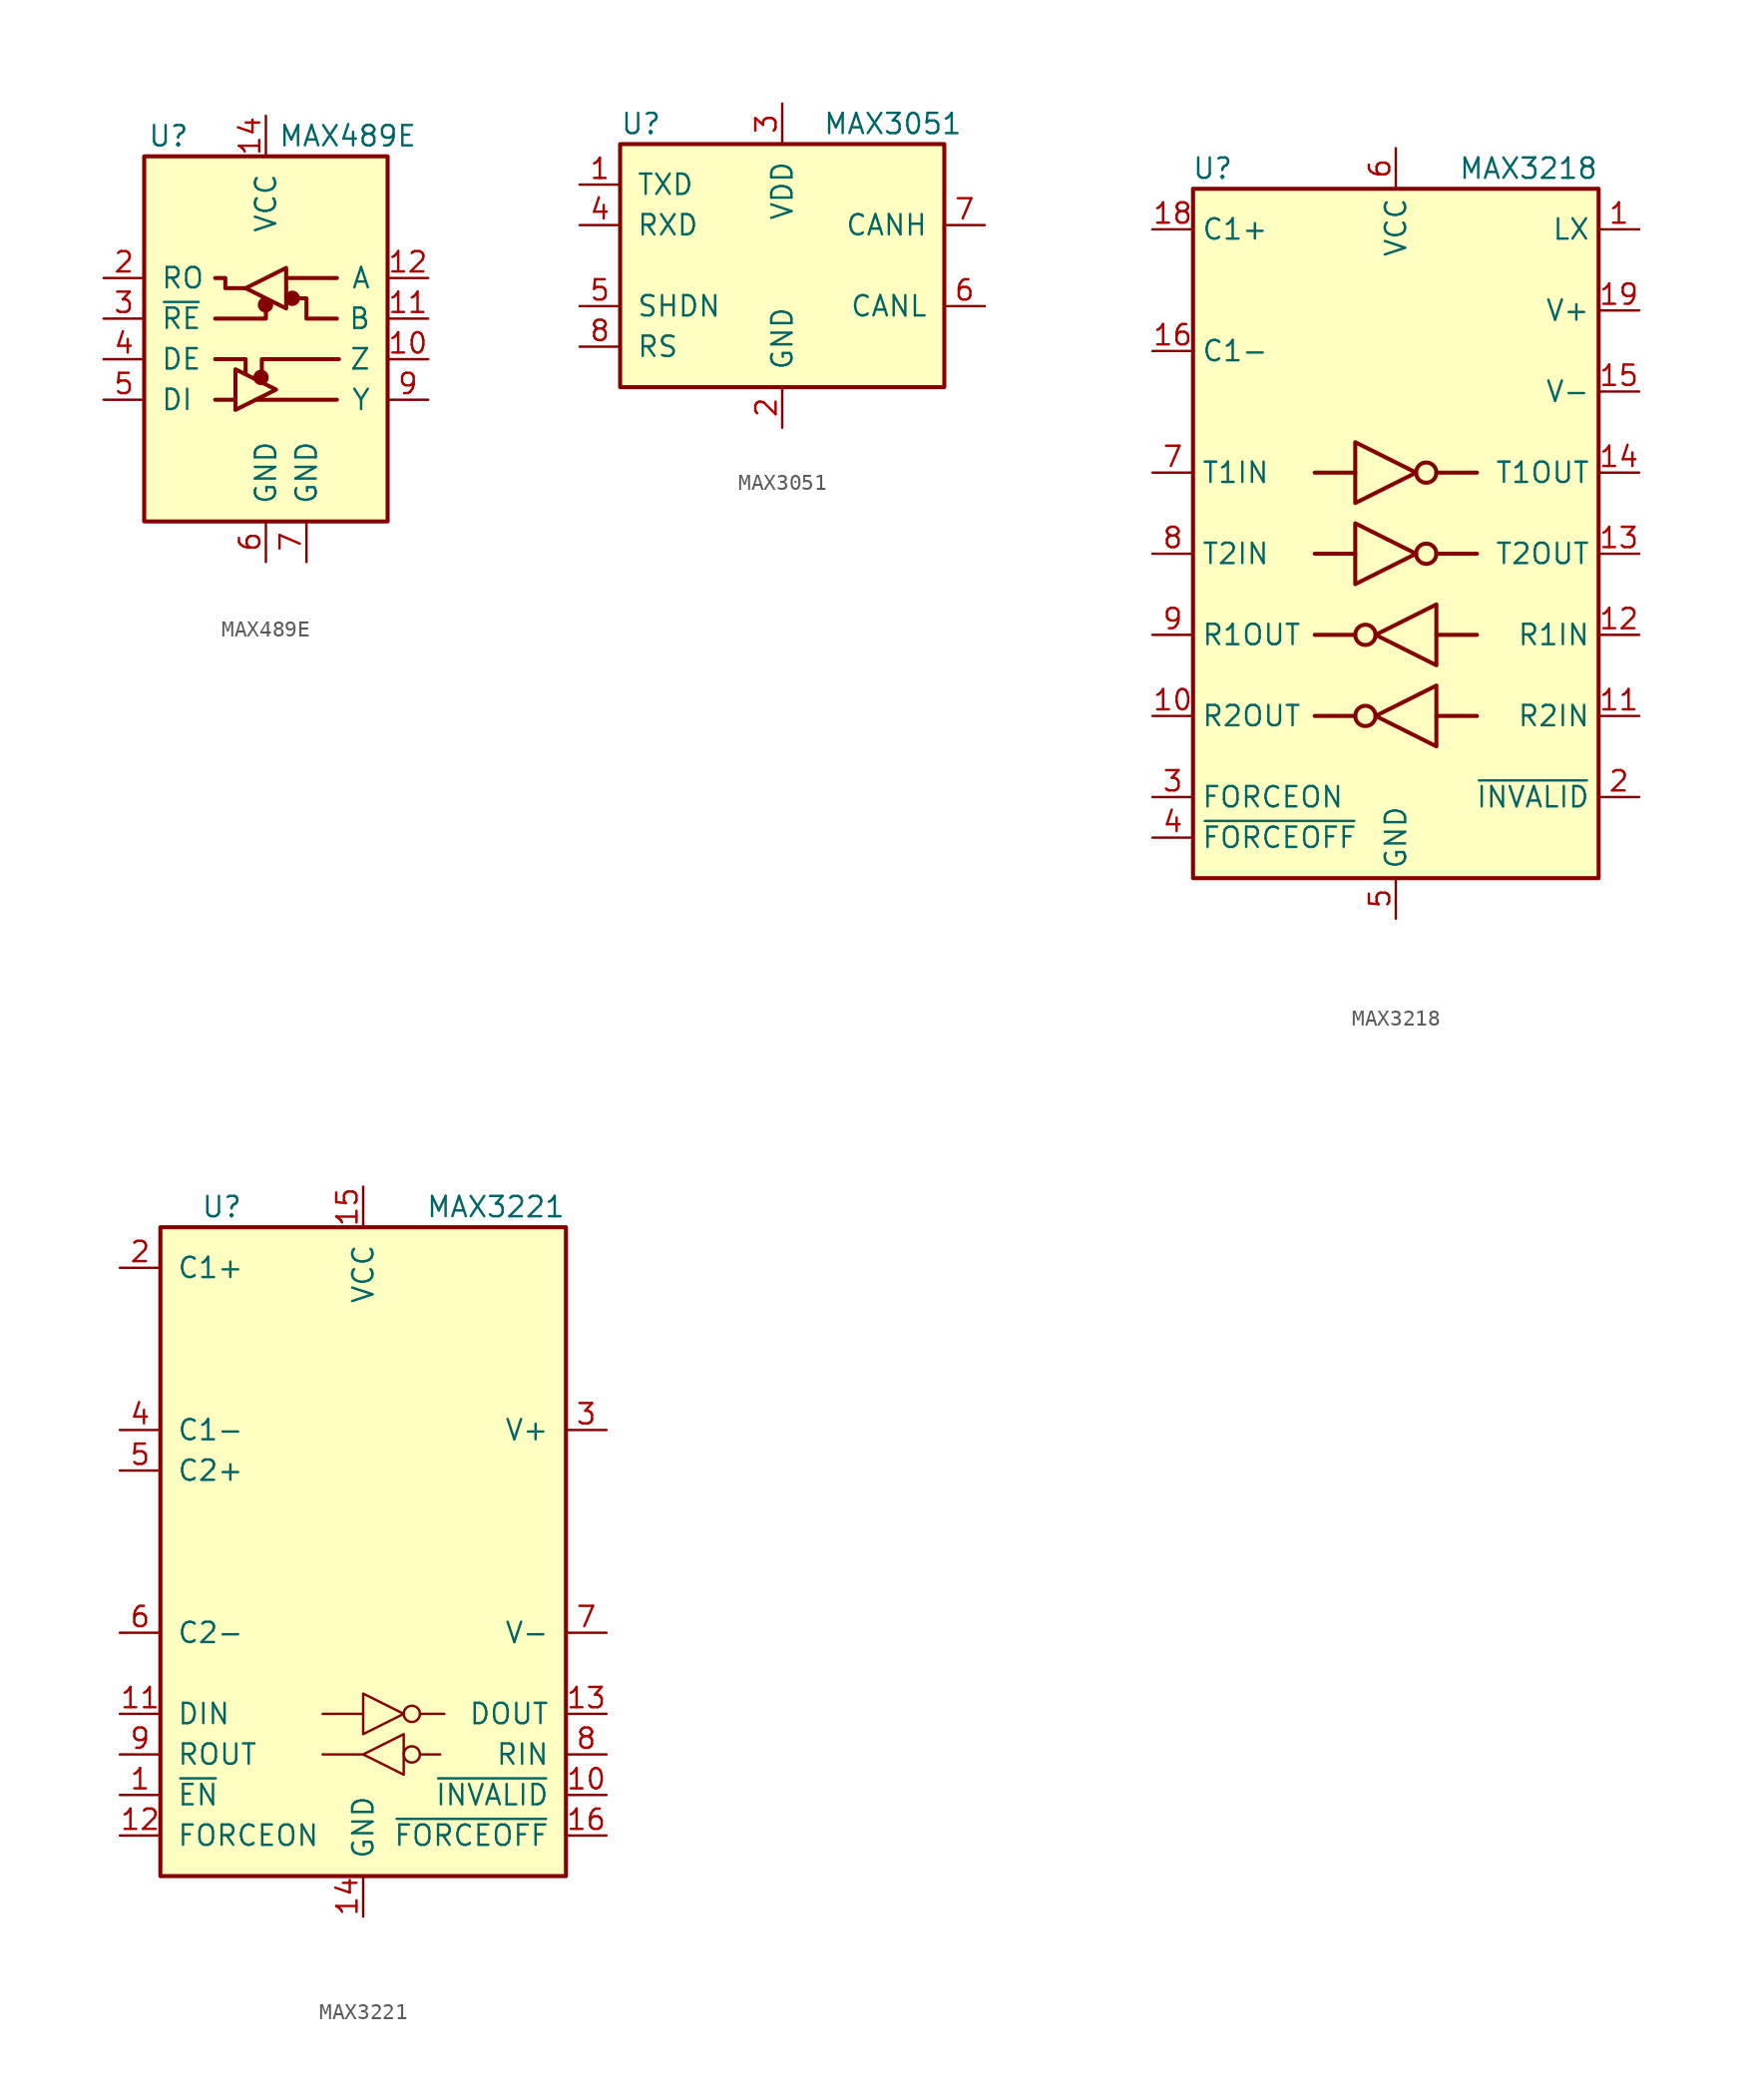
<source format=kicad_sym>
(kicad_symbol_lib
  (version 20200908)
  (generator kicad_symbol_editor)
  (symbol "Interface_UART:MAX489E"
    (pin_names
      (offset 1.016))
    (property "Reference" "U"
      (at -6.096 11.43 0)
      (effects (font (size 1.27 1.27))))
    (property "Value" "MAX489E"
      (at 0.762 11.43 0)
      (effects (font (size 1.27 1.27)) (justify left)))
    (symbol "MAX489E_0_1"
      (circle (center -0.305 -3.683) (radius 0.356) (stroke (width 0.254)) (fill (type outline)))
      (circle (center -0.025 0.864) (radius 0.356) (stroke (width 0.254)) (fill (type outline)))
      (circle (center 1.651 1.27) (radius 0.356) (stroke (width 0.254)) (fill (type outline)))
      (rectangle (start -7.62 10.16) (end 7.62 -12.7) (stroke (width 0.254)) (fill (type background)))
      (polyline (pts (xy -3.175 -5.08) (xy -1.905 -5.08)) (stroke (width 0.254)) (fill (type none)))
      (polyline (pts (xy -1.27 -3.2) (xy -1.27 -3.454)) (stroke (width 0.254)) (fill (type none)))
      (polyline (pts (xy -0.635 -5.08) (xy 4.445 -5.08)) (stroke (width 0.254)) (fill (type none)))
      (polyline (pts (xy 1.27 2.54) (xy 4.445 2.54)) (stroke (width 0.254)) (fill (type none)))
      (polyline (pts (xy -3.175 -2.54) (xy -1.27 -2.54) (xy -1.27 -3.175)) (stroke (width 0.254)) (fill (type none)))
      (polyline (pts (xy -0.254 -3.556) (xy -0.254 -2.54) (xy 4.572 -2.54)) (stroke (width 0.254)) (fill (type none)))
      (polyline (pts (xy 0 0.635) (xy 0 0) (xy -3.175 0)) (stroke (width 0.254)) (fill (type none)))
      (polyline (pts (xy -1.905 -3.175) (xy -1.905 -5.715) (xy 0.635 -4.445) (xy -1.905 -3.175)) (stroke (width 0.254)) (fill (type none)))
      (polyline (pts (xy -1.27 1.905) (xy -2.54 1.905) (xy -2.54 2.54) (xy -3.175 2.54)) (stroke (width 0.254)) (fill (type none)))
      (polyline (pts (xy -1.27 1.905) (xy 1.27 3.175) (xy 1.27 0.635) (xy -1.27 1.905)) (stroke (width 0.254)) (fill (type none)))
      (polyline (pts (xy 1.905 1.27) (xy 2.54 1.27) (xy 2.54 0) (xy 4.445 0)) (stroke (width 0.254)) (fill (type none))))
    (symbol "MAX489E_1_1"
      (pin unconnected line (at -7.62 7.62 0) (length 2.54) hide (name "NC" (effects (font (size 1.27 1.27)))) (number "1" (effects (font (size 1.27 1.27)))))
      (pin output line (at 10.16 -2.54 180) (length 2.54) (name "Z" (effects (font (size 1.27 1.27)))) (number "10" (effects (font (size 1.27 1.27)))))
      (pin input line (at 10.16 0 180) (length 2.54) (name "B" (effects (font (size 1.27 1.27)))) (number "11" (effects (font (size 1.27 1.27)))))
      (pin input line (at 10.16 2.54 180) (length 2.54) (name "A" (effects (font (size 1.27 1.27)))) (number "12" (effects (font (size 1.27 1.27)))))
      (pin unconnected line (at 7.62 7.62 180) (length 2.54) hide (name "NC" (effects (font (size 1.27 1.27)))) (number "13" (effects (font (size 1.27 1.27)))))
      (pin power_in line (at 0 12.7 270) (length 2.54) (name "VCC" (effects (font (size 1.27 1.27)))) (number "14" (effects (font (size 1.27 1.27)))))
      (pin output line (at -10.16 2.54 0) (length 2.54) (name "RO" (effects (font (size 1.27 1.27)))) (number "2" (effects (font (size 1.27 1.27)))))
      (pin input line (at -10.16 0 0) (length 2.54) (name "~RE" (effects (font (size 1.27 1.27)))) (number "3" (effects (font (size 1.27 1.27)))))
      (pin input line (at -10.16 -2.54 0) (length 2.54) (name "DE" (effects (font (size 1.27 1.27)))) (number "4" (effects (font (size 1.27 1.27)))))
      (pin input line (at -10.16 -5.08 0) (length 2.54) (name "DI" (effects (font (size 1.27 1.27)))) (number "5" (effects (font (size 1.27 1.27)))))
      (pin power_in line (at 0 -15.24 90) (length 2.54) (name "GND" (effects (font (size 1.27 1.27)))) (number "6" (effects (font (size 1.27 1.27)))))
      (pin power_in line (at 2.54 -15.24 90) (length 2.54) (name "GND" (effects (font (size 1.27 1.27)))) (number "7" (effects (font (size 1.27 1.27)))))
      (pin unconnected line (at 7.62 -10.16 180) (length 2.54) hide (name "NC" (effects (font (size 1.27 1.27)))) (number "8" (effects (font (size 1.27 1.27)))))
      (pin output line (at 10.16 -5.08 180) (length 2.54) (name "Y" (effects (font (size 1.27 1.27)))) (number "9" (effects (font (size 1.27 1.27)))))))
  (symbol "Interface_UART:MAX3051"
    (pin_names
      (offset 1.016))
    (property "Reference" "U"
      (at -10.16 8.89 0)
      (effects (font (size 1.27 1.27)) (justify left)))
    (property "Value" "MAX3051"
      (at 2.54 8.89 0)
      (effects (font (size 1.27 1.27)) (justify left)))
    (symbol "MAX3051_0_1"
      (rectangle (start -10.16 7.62) (end 10.16 -7.62) (stroke (width 0.254)) (fill (type background))))
    (symbol "MAX3051_1_1"
      (pin input line (at -12.7 5.08 0) (length 2.54) (name "TXD" (effects (font (size 1.27 1.27)))) (number "1" (effects (font (size 1.27 1.27)))))
      (pin power_in line (at 0 -10.16 90) (length 2.54) (name "GND" (effects (font (size 1.27 1.27)))) (number "2" (effects (font (size 1.27 1.27)))))
      (pin power_in line (at 0 10.16 270) (length 2.54) (name "VDD" (effects (font (size 1.27 1.27)))) (number "3" (effects (font (size 1.27 1.27)))))
      (pin output line (at -12.7 2.54 0) (length 2.54) (name "RXD" (effects (font (size 1.27 1.27)))) (number "4" (effects (font (size 1.27 1.27)))))
      (pin input line (at -12.7 -2.54 0) (length 2.54) (name "SHDN" (effects (font (size 1.27 1.27)))) (number "5" (effects (font (size 1.27 1.27)))))
      (pin bidirectional line (at 12.7 -2.54 180) (length 2.54) (name "CANL" (effects (font (size 1.27 1.27)))) (number "6" (effects (font (size 1.27 1.27)))))
      (pin bidirectional line (at 12.7 2.54 180) (length 2.54) (name "CANH" (effects (font (size 1.27 1.27)))) (number "7" (effects (font (size 1.27 1.27)))))
      (pin input line (at -12.7 -5.08 0) (length 2.54) (name "RS" (effects (font (size 1.27 1.27)))) (number "8" (effects (font (size 1.27 1.27)))))))
  (symbol "Interface_UART:MAX3218"
    (property "Reference" "U"
      (at -10.16 24.13 0)
      (effects (font (size 1.27 1.27)) (justify right)))
    (property "Value" "MAX3218"
      (at 12.7 24.13 0)
      (effects (font (size 1.27 1.27)) (justify right)))
    (symbol "MAX3218_0_1"
      (circle (center 1.905 0) (radius 0.635) (stroke (width 0.254)) (fill (type none)))
      (circle (center 1.905 5.08) (radius 0.635) (stroke (width 0.254)) (fill (type none)))
      (rectangle (start -12.7 -20.32) (end 12.7 22.86) (stroke (width 0.254)) (fill (type background)))
      (polyline (pts (xy -2.54 5.08) (xy -5.08 5.08)) (stroke (width 0.254)) (fill (type none)))
      (polyline (pts (xy 2.54 5.08) (xy 5.08 5.08)) (stroke (width 0.254)) (fill (type none)))
      (polyline (pts (xy -2.54 1.905) (xy -2.54 -1.905) (xy 1.27 0) (xy -2.54 1.905)) (stroke (width 0.254)) (fill (type none)))
      (polyline (pts (xy -2.54 6.985) (xy -2.54 3.175) (xy 1.27 5.08) (xy -2.54 6.985)) (stroke (width 0.254)) (fill (type none))))
    (symbol "MAX3218_1_1"
      (circle (center -1.905 -10.16) (radius 0.635) (stroke (width 0.254)) (fill (type none)))
      (circle (center -1.905 -5.08) (radius 0.635) (stroke (width 0.254)) (fill (type none)))
      (polyline (pts (xy -2.54 -10.16) (xy -5.08 -10.16)) (stroke (width 0.254)) (fill (type none)))
      (polyline (pts (xy -2.54 -5.08) (xy -5.08 -5.08)) (stroke (width 0.254)) (fill (type none)))
      (polyline (pts (xy -2.54 0) (xy -5.08 0)) (stroke (width 0.254)) (fill (type none)))
      (polyline (pts (xy 2.54 -10.16) (xy 5.08 -10.16)) (stroke (width 0.254)) (fill (type none)))
      (polyline (pts (xy 2.54 -5.08) (xy 5.08 -5.08)) (stroke (width 0.254)) (fill (type none)))
      (polyline (pts (xy 2.54 0) (xy 5.08 0)) (stroke (width 0.254)) (fill (type none)))
      (polyline (pts (xy 2.54 -12.065) (xy 2.54 -8.255) (xy -1.27 -10.16) (xy 2.54 -12.065)) (stroke (width 0.254)) (fill (type none)))
      (polyline (pts (xy 2.54 -6.985) (xy 2.54 -3.175) (xy -1.27 -5.08) (xy 2.54 -6.985)) (stroke (width 0.254)) (fill (type none)))
      (pin passive line (at 15.24 20.32 180) (length 2.54) (name "LX" (effects (font (size 1.27 1.27)))) (number "1" (effects (font (size 1.27 1.27)))))
      (pin output line (at -15.24 -10.16 0) (length 2.54) (name "R2OUT" (effects (font (size 1.27 1.27)))) (number "10" (effects (font (size 1.27 1.27)))))
      (pin input line (at 15.24 -10.16 180) (length 2.54) (name "R2IN" (effects (font (size 1.27 1.27)))) (number "11" (effects (font (size 1.27 1.27)))))
      (pin input line (at 15.24 -5.08 180) (length 2.54) (name "R1IN" (effects (font (size 1.27 1.27)))) (number "12" (effects (font (size 1.27 1.27)))))
      (pin output line (at 15.24 0 180) (length 2.54) (name "T2OUT" (effects (font (size 1.27 1.27)))) (number "13" (effects (font (size 1.27 1.27)))))
      (pin output line (at 15.24 5.08 180) (length 2.54) (name "T1OUT" (effects (font (size 1.27 1.27)))) (number "14" (effects (font (size 1.27 1.27)))))
      (pin power_out line (at 15.24 10.16 180) (length 2.54) (name "V-" (effects (font (size 1.27 1.27)))) (number "15" (effects (font (size 1.27 1.27)))))
      (pin passive line (at -15.24 12.7 0) (length 2.54) (name "C1-" (effects (font (size 1.27 1.27)))) (number "16" (effects (font (size 1.27 1.27)))))
      (pin passive line (at 0 -22.86 90) (length 2.54) hide (name "GND" (effects (font (size 1.27 1.27)))) (number "17" (effects (font (size 1.27 1.27)))))
      (pin passive line (at -15.24 20.32 0) (length 2.54) (name "C1+" (effects (font (size 1.27 1.27)))) (number "18" (effects (font (size 1.27 1.27)))))
      (pin power_out line (at 15.24 15.24 180) (length 2.54) (name "V+" (effects (font (size 1.27 1.27)))) (number "19" (effects (font (size 1.27 1.27)))))
      (pin output line (at 15.24 -15.24 180) (length 2.54) (name "~INVALID" (effects (font (size 1.27 1.27)))) (number "2" (effects (font (size 1.27 1.27)))))
      (pin passive line (at 0 -22.86 90) (length 2.54) hide (name "GND" (effects (font (size 1.27 1.27)))) (number "20" (effects (font (size 1.27 1.27)))))
      (pin input line (at -15.24 -15.24 0) (length 2.54) (name "FORCEON" (effects (font (size 1.27 1.27)))) (number "3" (effects (font (size 1.27 1.27)))))
      (pin input line (at -15.24 -17.78 0) (length 2.54) (name "~FORCEOFF" (effects (font (size 1.27 1.27)))) (number "4" (effects (font (size 1.27 1.27)))))
      (pin power_in line (at 0 -22.86 90) (length 2.54) (name "GND" (effects (font (size 1.27 1.27)))) (number "5" (effects (font (size 1.27 1.27)))))
      (pin power_in line (at 0 25.4 270) (length 2.54) (name "VCC" (effects (font (size 1.27 1.27)))) (number "6" (effects (font (size 1.27 1.27)))))
      (pin input line (at -15.24 5.08 0) (length 2.54) (name "T1IN" (effects (font (size 1.27 1.27)))) (number "7" (effects (font (size 1.27 1.27)))))
      (pin input line (at -15.24 0 0) (length 2.54) (name "T2IN" (effects (font (size 1.27 1.27)))) (number "8" (effects (font (size 1.27 1.27)))))
      (pin output line (at -15.24 -5.08 0) (length 2.54) (name "R1OUT" (effects (font (size 1.27 1.27)))) (number "9" (effects (font (size 1.27 1.27)))))))
  (symbol "Interface_UART:MAX3221"
    (pin_names
      (offset 1.016))
    (property "Reference" "U"
      (at -10.16 21.59 0)
      (effects (font (size 1.27 1.27)) (justify left)))
    (property "Value" "MAX3221"
      (at 12.7 21.59 0)
      (effects (font (size 1.27 1.27)) (justify right)))
    (symbol "MAX3221_0_1"
      (circle (center 3.048 -12.7) (radius 0.508) (stroke (width 0)) (fill (type none)))
      (circle (center 3.048 -10.16) (radius 0.508) (stroke (width 0)) (fill (type none)))
      (rectangle (start -12.7 -20.32) (end 12.7 20.32) (stroke (width 0.254)) (fill (type background)))
      (polyline (pts (xy -2.54 -12.7) (xy 0 -12.7) (xy 0 -12.7)) (stroke (width 0)) (fill (type none)))
      (polyline (pts (xy -2.54 -10.16) (xy 0 -10.16) (xy 0 -10.16)) (stroke (width 0)) (fill (type none)))
      (polyline (pts (xy 3.556 -12.7) (xy 4.826 -12.7) (xy 4.826 -12.7)) (stroke (width 0)) (fill (type none)))
      (polyline (pts (xy 3.556 -10.16) (xy 5.08 -10.16) (xy 5.08 -10.16)) (stroke (width 0)) (fill (type none)))
      (polyline (pts (xy 2.54 -11.43) (xy 2.54 -13.97) (xy 0 -12.7) (xy 2.54 -11.43) (xy 2.54 -11.43)) (stroke (width 0)) (fill (type none)))
      (polyline (pts (xy 0 -11.43) (xy 0 -8.89) (xy 2.54 -10.16) (xy 0 -11.43) (xy 0 -11.43) (xy 0 -11.43)) (stroke (width 0)) (fill (type none))))
    (symbol "MAX3221_1_1"
      (pin input line (at -15.24 -15.24 0) (length 2.54) (name "~EN" (effects (font (size 1.27 1.27)))) (number "1" (effects (font (size 1.27 1.27)))))
      (pin output line (at 15.24 -15.24 180) (length 2.54) (name "~INVALID" (effects (font (size 1.27 1.27)))) (number "10" (effects (font (size 1.27 1.27)))))
      (pin input line (at -15.24 -10.16 0) (length 2.54) (name "DIN" (effects (font (size 1.27 1.27)))) (number "11" (effects (font (size 1.27 1.27)))))
      (pin input line (at -15.24 -17.78 0) (length 2.54) (name "FORCEON" (effects (font (size 1.27 1.27)))) (number "12" (effects (font (size 1.27 1.27)))))
      (pin output line (at 15.24 -10.16 180) (length 2.54) (name "DOUT" (effects (font (size 1.27 1.27)))) (number "13" (effects (font (size 1.27 1.27)))))
      (pin power_in line (at 0 -22.86 90) (length 2.54) (name "GND" (effects (font (size 1.27 1.27)))) (number "14" (effects (font (size 1.27 1.27)))))
      (pin power_in line (at 0 22.86 270) (length 2.54) (name "VCC" (effects (font (size 1.27 1.27)))) (number "15" (effects (font (size 1.27 1.27)))))
      (pin input line (at 15.24 -17.78 180) (length 2.54) (name "~FORCEOFF" (effects (font (size 1.27 1.27)))) (number "16" (effects (font (size 1.27 1.27)))))
      (pin passive line (at -15.24 17.78 0) (length 2.54) (name "C1+" (effects (font (size 1.27 1.27)))) (number "2" (effects (font (size 1.27 1.27)))))
      (pin power_out line (at 15.24 7.62 180) (length 2.54) (name "V+" (effects (font (size 1.27 1.27)))) (number "3" (effects (font (size 1.27 1.27)))))
      (pin passive line (at -15.24 7.62 0) (length 2.54) (name "C1-" (effects (font (size 1.27 1.27)))) (number "4" (effects (font (size 1.27 1.27)))))
      (pin passive line (at -15.24 5.08 0) (length 2.54) (name "C2+" (effects (font (size 1.27 1.27)))) (number "5" (effects (font (size 1.27 1.27)))))
      (pin passive line (at -15.24 -5.08 0) (length 2.54) (name "C2-" (effects (font (size 1.27 1.27)))) (number "6" (effects (font (size 1.27 1.27)))))
      (pin power_out line (at 15.24 -5.08 180) (length 2.54) (name "V-" (effects (font (size 1.27 1.27)))) (number "7" (effects (font (size 1.27 1.27)))))
      (pin input line (at 15.24 -12.7 180) (length 2.54) (name "RIN" (effects (font (size 1.27 1.27)))) (number "8" (effects (font (size 1.27 1.27)))))
      (pin output line (at -15.24 -12.7 0) (length 2.54) (name "ROUT" (effects (font (size 1.27 1.27)))) (number "9" (effects (font (size 1.27 1.27))))))))
</source>
